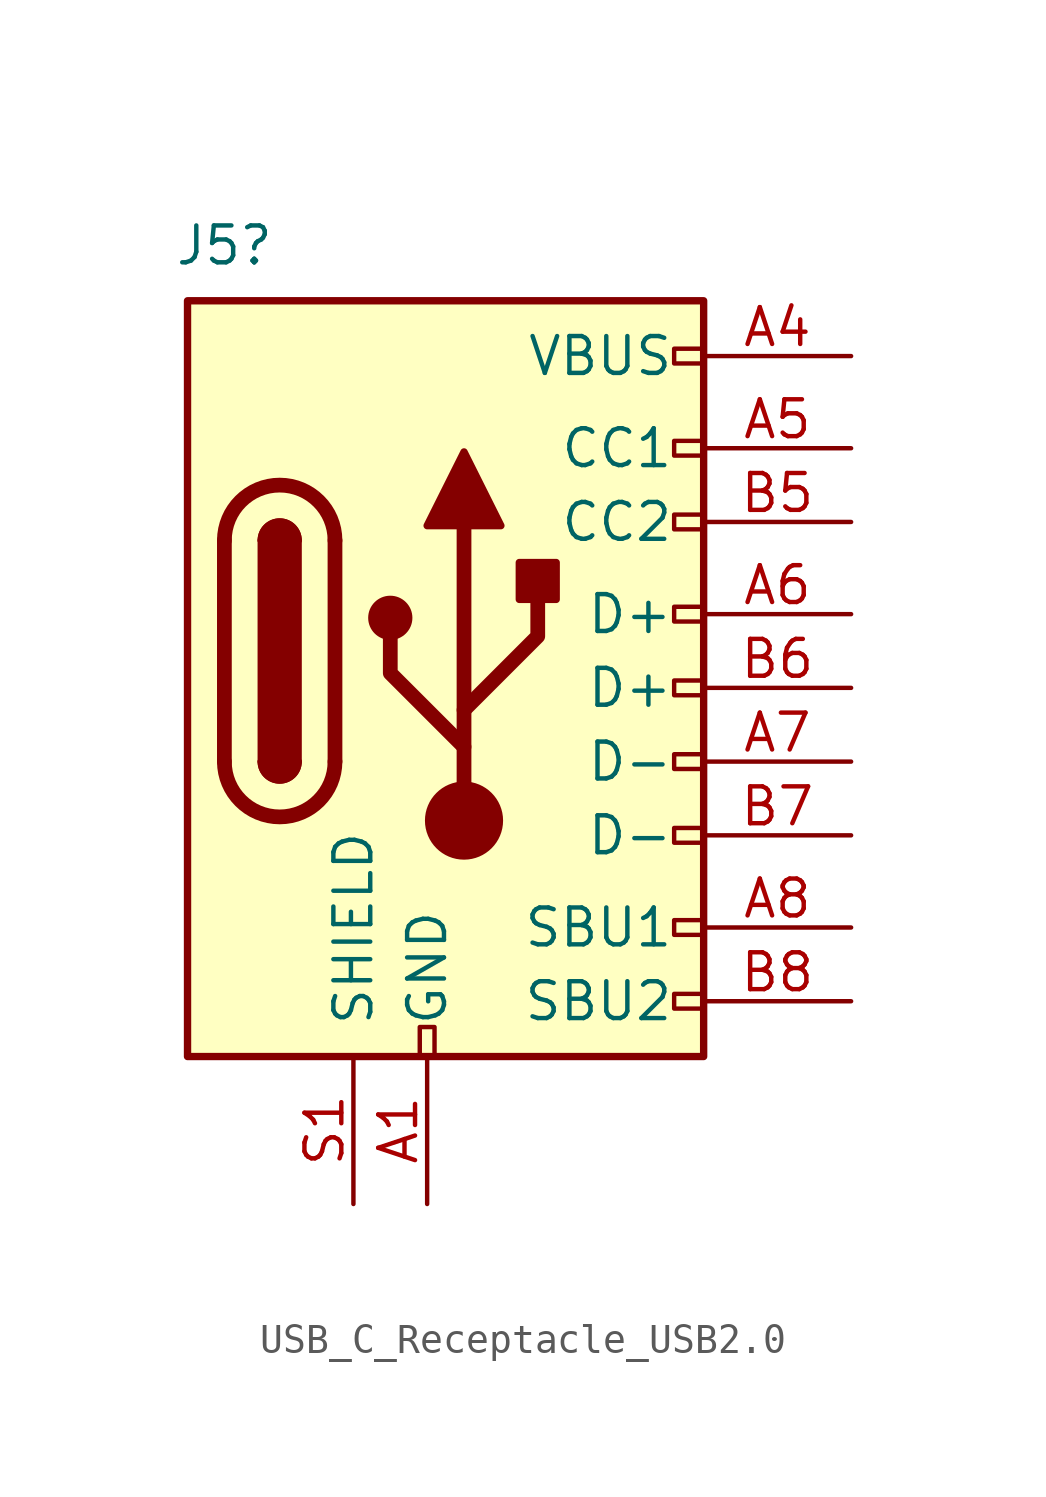
<source format=kicad_sym>
(kicad_symbol_lib
  (version 20220914)
  (generator kicad_symbol_editor)
  (symbol "USB_C_Receptacle_USB2.0"
    (pin_names
      (offset 1.016))
    (property "Reference" "J5"
      (at -7.62 14.605 0)
      (effects (font (size 1.27 1.27))))
    (symbol "USB_C_Receptacle_USB2.0_0_0"
      (rectangle (start -0.889 -12.319) (end -0.381 -13.335) (stroke (width 0) (type default)) (fill (type none)))
      (rectangle (start 8.89 -11.176) (end 7.874 -11.684) (stroke (width 0) (type default)) (fill (type none)))
      (rectangle (start 8.89 -8.636) (end 7.874 -9.144) (stroke (width 0) (type default)) (fill (type none)))
      (rectangle (start 8.89 -5.461) (end 7.874 -5.969) (stroke (width 0) (type default)) (fill (type none)))
      (rectangle (start 8.89 -2.921) (end 7.874 -3.429) (stroke (width 0) (type default)) (fill (type none)))
      (rectangle (start 8.89 -0.381) (end 7.874 -0.889) (stroke (width 0) (type default)) (fill (type none)))
      (rectangle (start 8.89 2.159) (end 7.874 1.651) (stroke (width 0) (type default)) (fill (type none)))
      (rectangle (start 8.89 5.334) (end 7.874 4.826) (stroke (width 0) (type default)) (fill (type none)))
      (rectangle (start 8.89 7.874) (end 7.874 7.366) (stroke (width 0) (type default)) (fill (type none)))
      (rectangle (start 8.89 11.049) (end 7.874 10.541) (stroke (width 0) (type default)) (fill (type none))))
    (symbol "USB_C_Receptacle_USB2.0_0_1"
      (rectangle (start -8.89 12.7) (end 8.89 -13.335) (stroke (width 0.254) (type default)) (fill (type background)))
      (arc (start -7.62 -3.175) (mid -5.715 -5.0717) (end -3.81 -3.175) (stroke (width 0.508) (type default)) (fill (type none)))
      (arc (start -6.35 -3.175) (mid -5.715 -3.8073) (end -5.08 -3.175) (stroke (width 0.254) (type default)) (fill (type none)))
      (arc (start -6.35 -3.175) (mid -5.715 -3.8073) (end -5.08 -3.175) (stroke (width 0.254) (type default)) (fill (type outline)))
      (rectangle (start -6.35 -3.175) (end -5.08 4.445) (stroke (width 0.254) (type default)) (fill (type outline)))
      (arc (start -5.08 4.445) (mid -5.715 5.0773) (end -6.35 4.445) (stroke (width 0.254) (type default)) (fill (type none)))
      (arc (start -5.08 4.445) (mid -5.715 5.0773) (end -6.35 4.445) (stroke (width 0.254) (type default)) (fill (type outline)))
      (arc (start -3.81 4.445) (mid -5.715 6.3417) (end -7.62 4.445) (stroke (width 0.508) (type default)) (fill (type none)))
      (circle (center -1.905 1.778) (radius 0.635) (stroke (width 0.254) (type default)) (fill (type outline)))
      (polyline (pts (xy -7.62 -3.175) (xy -7.62 4.445)) (stroke (width 0.508) (type default)) (fill (type none)))
      (polyline (pts (xy -3.81 4.445) (xy -3.81 -3.175)) (stroke (width 0.508) (type default)) (fill (type none)))
      (polyline (pts (xy 0.635 -5.207) (xy 0.635 4.953)) (stroke (width 0.508) (type default)) (fill (type none)))
      (polyline (pts (xy 0.635 -2.667) (xy -1.905 -0.127) (xy -1.905 1.143)) (stroke (width 0.508) (type default)) (fill (type none)))
      (polyline (pts (xy 0.635 -1.397) (xy 3.175 1.143) (xy 3.175 2.413)) (stroke (width 0.508) (type default)) (fill (type none)))
      (polyline (pts (xy -0.635 4.953) (xy 0.635 7.493) (xy 1.905 4.953) (xy -0.635 4.953)) (stroke (width 0.254) (type default)) (fill (type outline)))
      (circle (center 0.635 -5.207) (radius 1.27) (stroke (width 0) (type default)) (fill (type outline)))
      (rectangle (start 2.54 2.413) (end 3.81 3.683) (stroke (width 0.254) (type default)) (fill (type outline))))
    (symbol "USB_C_Receptacle_USB2.0_1_1"
      (pin passive line (at -0.635 -18.415 90) (length 5.08) (name "GND" (effects (font (size 1.27 1.27)))) (number "A1" (effects (font (size 1.27 1.27)))))
      (pin passive line (at -0.635 -18.415 90) (length 5.08) hide (name "GND" (effects (font (size 1.27 1.27)))) (number "A12" (effects (font (size 1.27 1.27)))))
      (pin passive line (at 13.97 10.795 180) (length 5.08) (name "VBUS" (effects (font (size 1.27 1.27)))) (number "A4" (effects (font (size 1.27 1.27)))))
      (pin bidirectional line (at 13.97 7.62 180) (length 5.08) (name "CC1" (effects (font (size 1.27 1.27)))) (number "A5" (effects (font (size 1.27 1.27)))))
      (pin bidirectional line (at 13.97 1.905 180) (length 5.08) (name "D+" (effects (font (size 1.27 1.27)))) (number "A6" (effects (font (size 1.27 1.27)))))
      (pin bidirectional line (at 13.97 -3.175 180) (length 5.08) (name "D-" (effects (font (size 1.27 1.27)))) (number "A7" (effects (font (size 1.27 1.27)))))
      (pin bidirectional line (at 13.97 -8.89 180) (length 5.08) (name "SBU1" (effects (font (size 1.27 1.27)))) (number "A8" (effects (font (size 1.27 1.27)))))
      (pin passive line (at 13.97 10.795 180) (length 5.08) hide (name "VBUS" (effects (font (size 1.27 1.27)))) (number "A9" (effects (font (size 1.27 1.27)))))
      (pin passive line (at -0.635 -18.415 90) (length 5.08) hide (name "GND" (effects (font (size 1.27 1.27)))) (number "B1" (effects (font (size 1.27 1.27)))))
      (pin passive line (at -0.635 -18.415 90) (length 5.08) hide (name "GND" (effects (font (size 1.27 1.27)))) (number "B12" (effects (font (size 1.27 1.27)))))
      (pin passive line (at 13.97 10.795 180) (length 5.08) hide (name "VBUS" (effects (font (size 1.27 1.27)))) (number "B4" (effects (font (size 1.27 1.27)))))
      (pin bidirectional line (at 13.97 5.08 180) (length 5.08) (name "CC2" (effects (font (size 1.27 1.27)))) (number "B5" (effects (font (size 1.27 1.27)))))
      (pin bidirectional line (at 13.97 -0.635 180) (length 5.08) (name "D+" (effects (font (size 1.27 1.27)))) (number "B6" (effects (font (size 1.27 1.27)))))
      (pin bidirectional line (at 13.97 -5.715 180) (length 5.08) (name "D-" (effects (font (size 1.27 1.27)))) (number "B7" (effects (font (size 1.27 1.27)))))
      (pin bidirectional line (at 13.97 -11.43 180) (length 5.08) (name "SBU2" (effects (font (size 1.27 1.27)))) (number "B8" (effects (font (size 1.27 1.27)))))
      (pin passive line (at 13.97 10.795 180) (length 5.08) hide (name "VBUS" (effects (font (size 1.27 1.27)))) (number "B9" (effects (font (size 1.27 1.27)))))
      (pin passive line (at -3.175 -18.415 90) (length 5.08) (name "SHIELD" (effects (font (size 1.27 1.27)))) (number "S1" (effects (font (size 1.27 1.27))))))))
</source>
